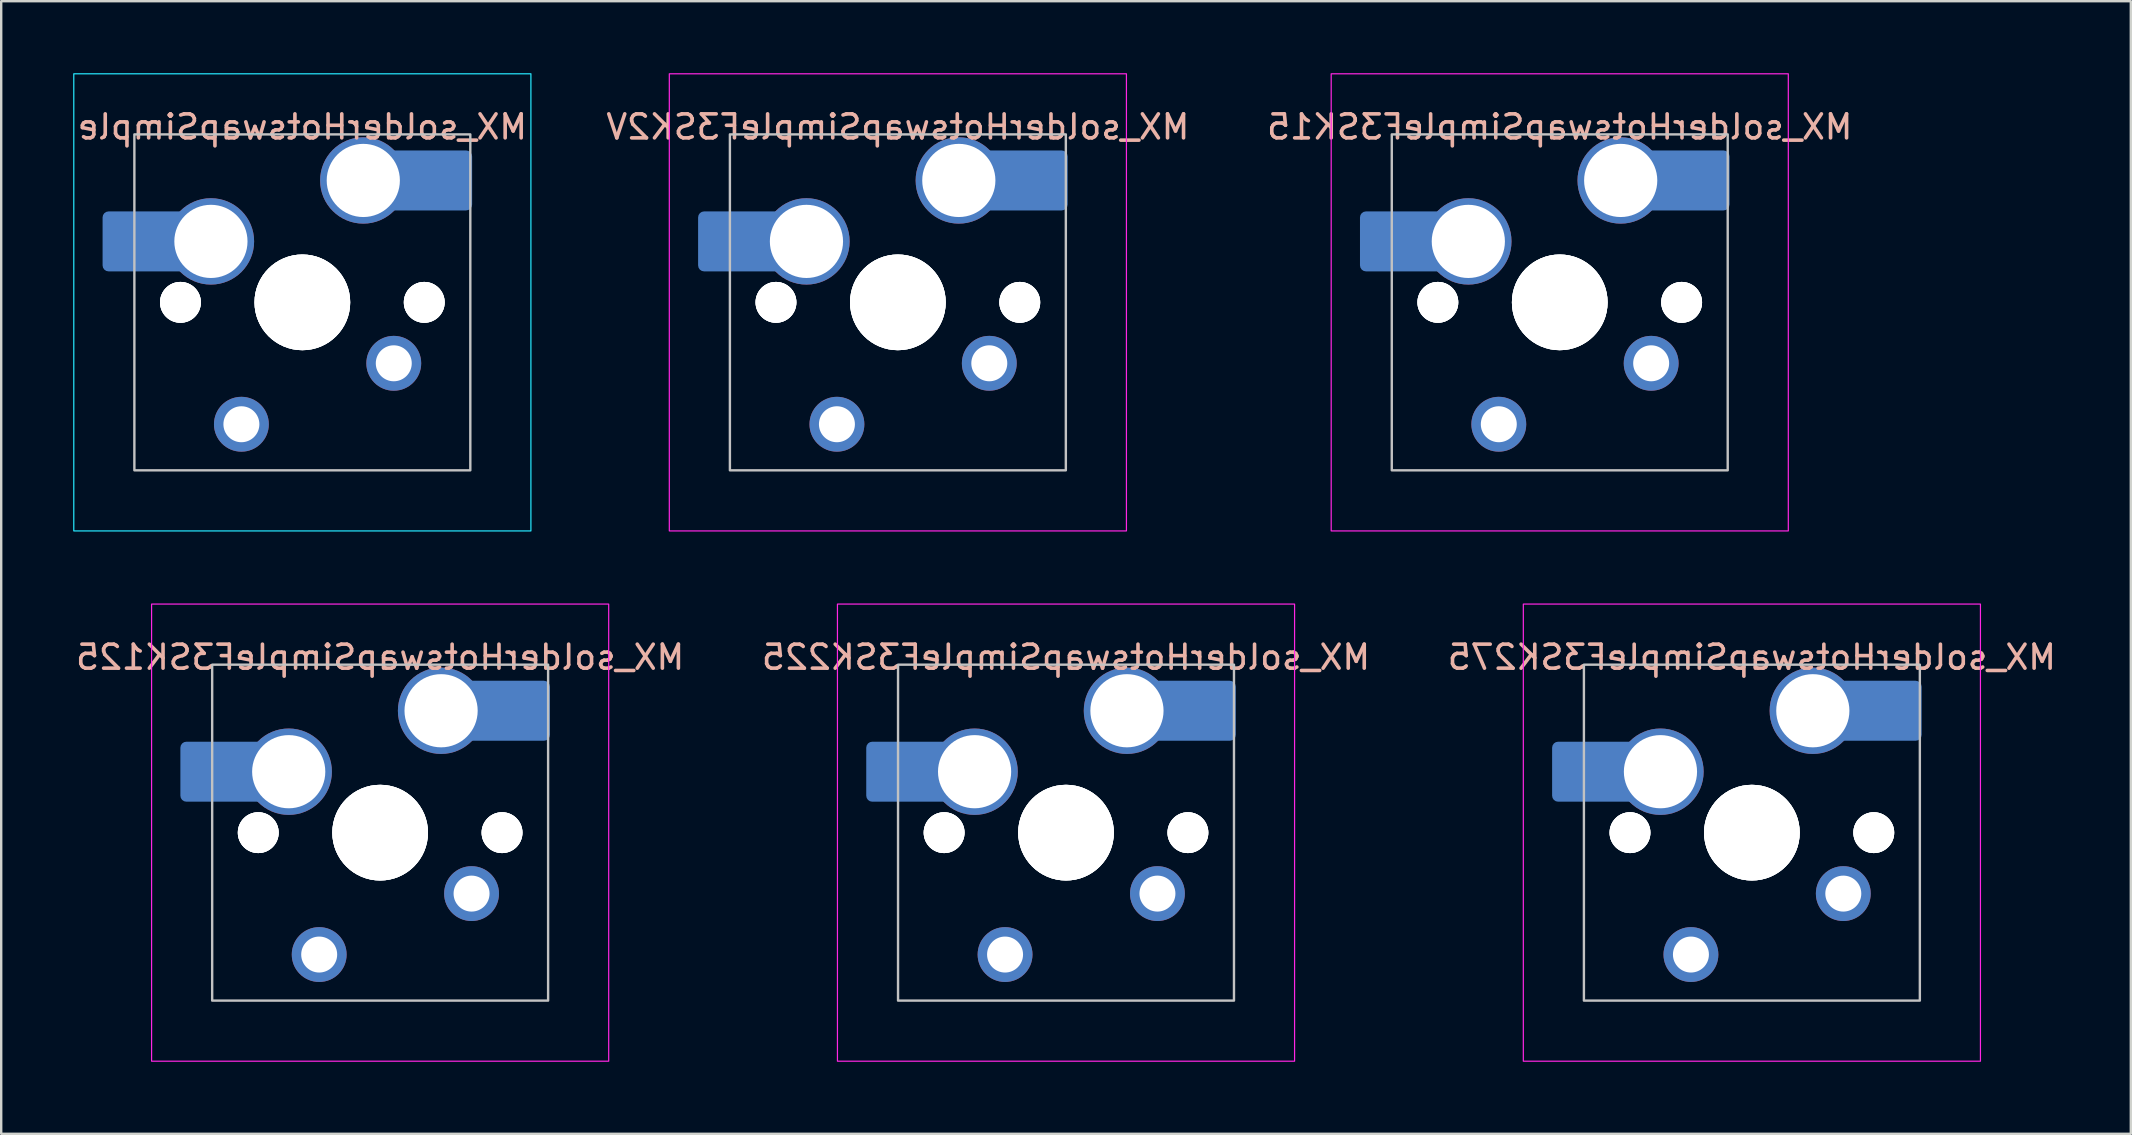
<source format=kicad_pcb>
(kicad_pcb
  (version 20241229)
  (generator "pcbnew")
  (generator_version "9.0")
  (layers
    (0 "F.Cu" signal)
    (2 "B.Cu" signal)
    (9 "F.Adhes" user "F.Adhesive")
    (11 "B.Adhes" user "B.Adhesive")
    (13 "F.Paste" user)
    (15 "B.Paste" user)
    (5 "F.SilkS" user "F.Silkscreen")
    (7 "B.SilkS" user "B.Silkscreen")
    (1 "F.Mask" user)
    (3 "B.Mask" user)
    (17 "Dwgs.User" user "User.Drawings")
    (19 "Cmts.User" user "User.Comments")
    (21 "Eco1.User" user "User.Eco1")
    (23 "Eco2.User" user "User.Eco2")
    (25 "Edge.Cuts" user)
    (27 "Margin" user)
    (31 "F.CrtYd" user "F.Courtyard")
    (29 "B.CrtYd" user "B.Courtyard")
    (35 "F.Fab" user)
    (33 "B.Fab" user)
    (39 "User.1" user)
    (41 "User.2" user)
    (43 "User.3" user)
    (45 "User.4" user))
  (footprint "MX_solderHotswapSimpleF3SK15"
    (layer "F.Cu")
    (at 61.951 9.55)
    (property "Reference" "MX_solderHotswapSimpleF3SK15" (at 0 -7.31 0) (layer "B.SilkS") (effects (font (size 1 1) (thickness 0.15)) (justify mirror)))
    (attr smd)
    (fp_rect (start -7 7) (end 7 -7) (stroke (width 0.1) (type default)) (fill no) (layer "Dwgs.User"))
    (fp_rect (start -9.525 9.525) (end 9.525 -9.525) (stroke (width 0.05) (type solid)) (fill no) (layer "F.CrtYd"))
    (pad "" np_thru_hole circle (at -5.08 0) (size 1.702 1.702) (drill 1.702) (layers "*.Cu" "*.Mask"))
    (pad "" np_thru_hole circle (at -5.08 0) (size 1.702 1.702) (drill 1.702) (layers "*.Cu" "*.Mask"))
    (pad "" np_thru_hole circle (at -5.08 0 180) (size 1.702 1.702) (drill 1.702) (layers "*.Cu" "*.Mask"))
    (pad "" np_thru_hole circle (at 0 0) (size 3.988 3.988) (drill 3.988) (layers "*.Cu" "*.Mask"))
    (pad "" np_thru_hole circle (at 0 0 180) (size 3.988 3.988) (drill 3.988) (layers "*.Cu" "*.Mask"))
    (pad "" np_thru_hole circle (at 0 0) (size 3.988 3.988) (drill 3.988) (layers "*.Cu" "*.Mask"))
    (pad "" np_thru_hole circle (at 5.08 0) (size 1.702 1.702) (drill 1.702) (layers "*.Cu" "*.Mask"))
    (pad "" np_thru_hole circle (at 5.08 0 180) (size 1.702 1.702) (drill 1.702) (layers "*.Cu" "*.Mask"))
    (pad "" np_thru_hole circle (at 5.08 0) (size 1.702 1.702) (drill 1.702) (layers "*.Cu" "*.Mask"))
    (pad "1" thru_hole circle (at 2.54 -5.08) (size 3.6 3.6) (drill 3.05) (layers "*.Cu" "*.Mask"))
    (pad "1" thru_hole circle (at 3.81 2.54 180) (size 2.286 2.286) (drill 1.499) (layers "*.Cu" "*.Mask"))
    (pad "1" smd roundrect (at 5.3 -5.08) (size 3.55 2.5) (layers "B.Cu" "B.Mask" "B.Paste") (roundrect_rratio 0.1))
    (pad "2" smd roundrect (at -6.55 -2.54) (size 3.55 2.5) (layers "B.Cu" "B.Mask" "B.Paste") (roundrect_rratio 0.1))
    (pad "2" thru_hole circle (at -3.81 -2.54) (size 3.6 3.6) (drill 3.05) (layers "*.Cu" "*.Mask"))
    (pad "2" thru_hole circle (at -2.54 5.08 180) (size 2.286 2.286) (drill 1.499) (layers "*.Cu" "*.Mask")))
  (footprint "MX_solderHotswapSimpleF3SK2V"
    (layer "F.Cu")
    (at 34.368 9.55)
    (property "Reference" "MX_solderHotswapSimpleF3SK2V" (at 0 -7.31 0) (layer "B.SilkS") (effects (font (size 1 1) (thickness 0.15)) (justify mirror)))
    (attr smd)
    (fp_rect (start -7 7) (end 7 -7) (stroke (width 0.1) (type default)) (fill no) (layer "Dwgs.User"))
    (fp_rect (start -9.525 9.525) (end 9.525 -9.525) (stroke (width 0.05) (type solid)) (fill no) (layer "F.CrtYd"))
    (pad "" np_thru_hole circle (at -5.08 0) (size 1.702 1.702) (drill 1.702) (layers "*.Cu" "*.Mask"))
    (pad "" np_thru_hole circle (at -5.08 0) (size 1.702 1.702) (drill 1.702) (layers "*.Cu" "*.Mask"))
    (pad "" np_thru_hole circle (at -5.08 0 180) (size 1.702 1.702) (drill 1.702) (layers "*.Cu" "*.Mask"))
    (pad "" np_thru_hole circle (at 0 0) (size 3.988 3.988) (drill 3.988) (layers "*.Cu" "*.Mask"))
    (pad "" np_thru_hole circle (at 0 0) (size 3.988 3.988) (drill 3.988) (layers "*.Cu" "*.Mask"))
    (pad "" np_thru_hole circle (at 0 0 180) (size 3.988 3.988) (drill 3.988) (layers "*.Cu" "*.Mask"))
    (pad "" np_thru_hole circle (at 5.08 0 180) (size 1.702 1.702) (drill 1.702) (layers "*.Cu" "*.Mask"))
    (pad "" np_thru_hole circle (at 5.08 0) (size 1.702 1.702) (drill 1.702) (layers "*.Cu" "*.Mask"))
    (pad "" np_thru_hole circle (at 5.08 0) (size 1.702 1.702) (drill 1.702) (layers "*.Cu" "*.Mask"))
    (pad "1" thru_hole circle (at 2.54 -5.08) (size 3.6 3.6) (drill 3.05) (layers "*.Cu" "*.Mask"))
    (pad "1" thru_hole circle (at 3.81 2.54 180) (size 2.286 2.286) (drill 1.499) (layers "*.Cu" "*.Mask"))
    (pad "1" smd roundrect (at 5.3 -5.08) (size 3.55 2.5) (layers "B.Cu" "B.Mask" "B.Paste") (roundrect_rratio 0.1))
    (pad "2" smd roundrect (at -6.55 -2.54) (size 3.55 2.5) (layers "B.Cu" "B.Mask" "B.Paste") (roundrect_rratio 0.1))
    (pad "2" thru_hole circle (at -3.81 -2.54) (size 3.6 3.6) (drill 3.05) (layers "*.Cu" "*.Mask"))
    (pad "2" thru_hole circle (at -2.54 5.08 180) (size 2.286 2.286) (drill 1.499) (layers "*.Cu" "*.Mask")))
  (footprint "MX_solderHotswapSimpleF3SK125"
    (layer "F.Cu")
    (at 12.792 31.65)
    (property "Reference" "MX_solderHotswapSimpleF3SK125" (at 0 -7.31 0) (layer "B.SilkS") (effects (font (size 1 1) (thickness 0.15)) (justify mirror)))
    (attr smd)
    (fp_rect (start -7 7) (end 7 -7) (stroke (width 0.1) (type default)) (fill no) (layer "Dwgs.User"))
    (fp_rect (start -9.525 9.525) (end 9.525 -9.525) (stroke (width 0.05) (type solid)) (fill no) (layer "F.CrtYd"))
    (pad "" np_thru_hole circle (at -5.08 0 180) (size 1.702 1.702) (drill 1.702) (layers "*.Cu" "*.Mask"))
    (pad "" np_thru_hole circle (at -5.08 0) (size 1.702 1.702) (drill 1.702) (layers "*.Cu" "*.Mask"))
    (pad "" np_thru_hole circle (at -5.08 0) (size 1.702 1.702) (drill 1.702) (layers "*.Cu" "*.Mask"))
    (pad "" np_thru_hole circle (at 0 0) (size 3.988 3.988) (drill 3.988) (layers "*.Cu" "*.Mask"))
    (pad "" np_thru_hole circle (at 0 0) (size 3.988 3.988) (drill 3.988) (layers "*.Cu" "*.Mask"))
    (pad "" np_thru_hole circle (at 0 0 180) (size 3.988 3.988) (drill 3.988) (layers "*.Cu" "*.Mask"))
    (pad "" np_thru_hole circle (at 5.08 0 180) (size 1.702 1.702) (drill 1.702) (layers "*.Cu" "*.Mask"))
    (pad "" np_thru_hole circle (at 5.08 0) (size 1.702 1.702) (drill 1.702) (layers "*.Cu" "*.Mask"))
    (pad "" np_thru_hole circle (at 5.08 0) (size 1.702 1.702) (drill 1.702) (layers "*.Cu" "*.Mask"))
    (pad "1" thru_hole circle (at 2.54 -5.08) (size 3.6 3.6) (drill 3.05) (layers "*.Cu" "*.Mask"))
    (pad "1" thru_hole circle (at 3.81 2.54 180) (size 2.286 2.286) (drill 1.499) (layers "*.Cu" "*.Mask"))
    (pad "1" smd roundrect (at 5.3 -5.08) (size 3.55 2.5) (layers "B.Cu" "B.Mask" "B.Paste") (roundrect_rratio 0.1))
    (pad "2" smd roundrect (at -6.55 -2.54) (size 3.55 2.5) (layers "B.Cu" "B.Mask" "B.Paste") (roundrect_rratio 0.1))
    (pad "2" thru_hole circle (at -3.81 -2.54) (size 3.6 3.6) (drill 3.05) (layers "*.Cu" "*.Mask"))
    (pad "2" thru_hole circle (at -2.54 5.08 180) (size 2.286 2.286) (drill 1.499) (layers "*.Cu" "*.Mask")))
  (footprint "MX_solderHotswapSimple"
    (layer "F.Cu")
    (at 9.55 9.55)
    (property "Reference" "MX_solderHotswapSimple" (at 0 -7.31 0) (layer "B.SilkS") (effects (font (size 1 1) (thickness 0.15)) (justify mirror)))
    (attr smd)
    (fp_rect (start -7 7) (end 7 -7) (stroke (width 0.1) (type default)) (fill no) (layer "Dwgs.User"))
    (fp_rect (start -9.525 9.525) (end 9.525 -9.525) (stroke (width 0.05) (type solid)) (fill no) (layer "B.CrtYd"))
    (pad "" np_thru_hole circle (at -5.08 0 180) (size 1.702 1.702) (drill 1.702) (layers "*.Cu" "*.Mask"))
    (pad "" np_thru_hole circle (at -5.08 0) (size 1.702 1.702) (drill 1.702) (layers "*.Cu" "*.Mask"))
    (pad "" np_thru_hole circle (at -5.08 0) (size 1.702 1.702) (drill 1.702) (layers "*.Cu" "*.Mask"))
    (pad "" np_thru_hole circle (at 0 0) (size 3.988 3.988) (drill 3.988) (layers "*.Cu" "*.Mask"))
    (pad "" np_thru_hole circle (at 0 0) (size 3.988 3.988) (drill 3.988) (layers "*.Cu" "*.Mask"))
    (pad "" np_thru_hole circle (at 0 0 180) (size 3.988 3.988) (drill 3.988) (layers "*.Cu" "*.Mask"))
    (pad "" np_thru_hole circle (at 5.08 0) (size 1.702 1.702) (drill 1.702) (layers "*.Cu" "*.Mask"))
    (pad "" np_thru_hole circle (at 5.08 0) (size 1.702 1.702) (drill 1.702) (layers "*.Cu" "*.Mask"))
    (pad "" np_thru_hole circle (at 5.08 0 180) (size 1.702 1.702) (drill 1.702) (layers "*.Cu" "*.Mask"))
    (pad "1" thru_hole circle (at 2.54 -5.08) (size 3.6 3.6) (drill 3.05) (layers "*.Cu" "*.Mask"))
    (pad "1" thru_hole circle (at 3.81 2.54 180) (size 2.286 2.286) (drill 1.499) (layers "*.Cu" "*.Mask"))
    (pad "1" smd roundrect (at 5.3 -5.08) (size 3.55 2.5) (layers "B.Cu" "B.Mask" "B.Paste") (roundrect_rratio 0.1))
    (pad "2" smd roundrect (at -6.55 -2.54) (size 3.55 2.5) (layers "B.Cu" "B.Mask" "B.Paste") (roundrect_rratio 0.1))
    (pad "2" thru_hole circle (at -3.81 -2.54) (size 3.6 3.6) (drill 3.05) (layers "*.Cu" "*.Mask"))
    (pad "2" thru_hole circle (at -2.54 5.08 180) (size 2.286 2.286) (drill 1.499) (layers "*.Cu" "*.Mask")))
  (footprint "MX_solderHotswapSimpleF3SK225"
    (layer "F.Cu")
    (at 41.375 31.65)
    (property "Reference" "MX_solderHotswapSimpleF3SK225" (at 0 -7.31 0) (layer "B.SilkS") (effects (font (size 1 1) (thickness 0.15)) (justify mirror)))
    (attr smd)
    (fp_rect (start -7 7) (end 7 -7) (stroke (width 0.1) (type default)) (fill no) (layer "Dwgs.User"))
    (fp_rect (start -9.525 9.525) (end 9.525 -9.525) (stroke (width 0.05) (type solid)) (fill no) (layer "F.CrtYd"))
    (pad "" np_thru_hole circle (at -5.08 0) (size 1.702 1.702) (drill 1.702) (layers "*.Cu" "*.Mask"))
    (pad "" np_thru_hole circle (at -5.08 0) (size 1.702 1.702) (drill 1.702) (layers "*.Cu" "*.Mask"))
    (pad "" np_thru_hole circle (at -5.08 0 180) (size 1.702 1.702) (drill 1.702) (layers "*.Cu" "*.Mask"))
    (pad "" np_thru_hole circle (at 0 0) (size 3.988 3.988) (drill 3.988) (layers "*.Cu" "*.Mask"))
    (pad "" np_thru_hole circle (at 0 0) (size 3.988 3.988) (drill 3.988) (layers "*.Cu" "*.Mask"))
    (pad "" np_thru_hole circle (at 0 0 180) (size 3.988 3.988) (drill 3.988) (layers "*.Cu" "*.Mask"))
    (pad "" np_thru_hole circle (at 5.08 0 180) (size 1.702 1.702) (drill 1.702) (layers "*.Cu" "*.Mask"))
    (pad "" np_thru_hole circle (at 5.08 0) (size 1.702 1.702) (drill 1.702) (layers "*.Cu" "*.Mask"))
    (pad "" np_thru_hole circle (at 5.08 0) (size 1.702 1.702) (drill 1.702) (layers "*.Cu" "*.Mask"))
    (pad "1" thru_hole circle (at 2.54 -5.08) (size 3.6 3.6) (drill 3.05) (layers "*.Cu" "*.Mask"))
    (pad "1" thru_hole circle (at 3.81 2.54 180) (size 2.286 2.286) (drill 1.499) (layers "*.Cu" "*.Mask"))
    (pad "1" smd roundrect (at 5.3 -5.08) (size 3.55 2.5) (layers "B.Cu" "B.Mask" "B.Paste") (roundrect_rratio 0.1))
    (pad "2" smd roundrect (at -6.55 -2.54) (size 3.55 2.5) (layers "B.Cu" "B.Mask" "B.Paste") (roundrect_rratio 0.1))
    (pad "2" thru_hole circle (at -3.81 -2.54) (size 3.6 3.6) (drill 3.05) (layers "*.Cu" "*.Mask"))
    (pad "2" thru_hole circle (at -2.54 5.08 180) (size 2.286 2.286) (drill 1.499) (layers "*.Cu" "*.Mask")))
  (footprint "MX_solderHotswapSimpleF3SK275"
    (layer "F.Cu")
    (at 69.958 31.65)
    (property "Reference" "MX_solderHotswapSimpleF3SK275" (at 0 -7.31 0) (layer "B.SilkS") (effects (font (size 1 1) (thickness 0.15)) (justify mirror)))
    (attr smd)
    (fp_rect (start -7 7) (end 7 -7) (stroke (width 0.1) (type default)) (fill no) (layer "Dwgs.User"))
    (fp_rect (start -9.525 9.525) (end 9.525 -9.525) (stroke (width 0.05) (type solid)) (fill no) (layer "F.CrtYd"))
    (pad "" np_thru_hole circle (at -5.08 0 180) (size 1.702 1.702) (drill 1.702) (layers "*.Cu" "*.Mask"))
    (pad "" np_thru_hole circle (at -5.08 0) (size 1.702 1.702) (drill 1.702) (layers "*.Cu" "*.Mask"))
    (pad "" np_thru_hole circle (at -5.08 0) (size 1.702 1.702) (drill 1.702) (layers "*.Cu" "*.Mask"))
    (pad "" np_thru_hole circle (at 0 0) (size 3.988 3.988) (drill 3.988) (layers "*.Cu" "*.Mask"))
    (pad "" np_thru_hole circle (at 0 0 180) (size 3.988 3.988) (drill 3.988) (layers "*.Cu" "*.Mask"))
    (pad "" np_thru_hole circle (at 0 0) (size 3.988 3.988) (drill 3.988) (layers "*.Cu" "*.Mask"))
    (pad "" np_thru_hole circle (at 5.08 0) (size 1.702 1.702) (drill 1.702) (layers "*.Cu" "*.Mask"))
    (pad "" np_thru_hole circle (at 5.08 0) (size 1.702 1.702) (drill 1.702) (layers "*.Cu" "*.Mask"))
    (pad "" np_thru_hole circle (at 5.08 0 180) (size 1.702 1.702) (drill 1.702) (layers "*.Cu" "*.Mask"))
    (pad "1" thru_hole circle (at 2.54 -5.08) (size 3.6 3.6) (drill 3.05) (layers "*.Cu" "*.Mask"))
    (pad "1" thru_hole circle (at 3.81 2.54 180) (size 2.286 2.286) (drill 1.499) (layers "*.Cu" "*.Mask"))
    (pad "1" smd roundrect (at 5.3 -5.08) (size 3.55 2.5) (layers "B.Cu" "B.Mask" "B.Paste") (roundrect_rratio 0.1))
    (pad "2" smd roundrect (at -6.55 -2.54) (size 3.55 2.5) (layers "B.Cu" "B.Mask" "B.Paste") (roundrect_rratio 0.1))
    (pad "2" thru_hole circle (at -3.81 -2.54) (size 3.6 3.6) (drill 3.05) (layers "*.Cu" "*.Mask"))
    (pad "2" thru_hole circle (at -2.54 5.08 180) (size 2.286 2.286) (drill 1.499) (layers "*.Cu" "*.Mask")))
  (gr_rect
    (start -3 -3)
    (end 85.75 44.2)
    (stroke (width 0.1) (type default))
    (fill no)
    (layer "Edge.Cuts")))
</source>
